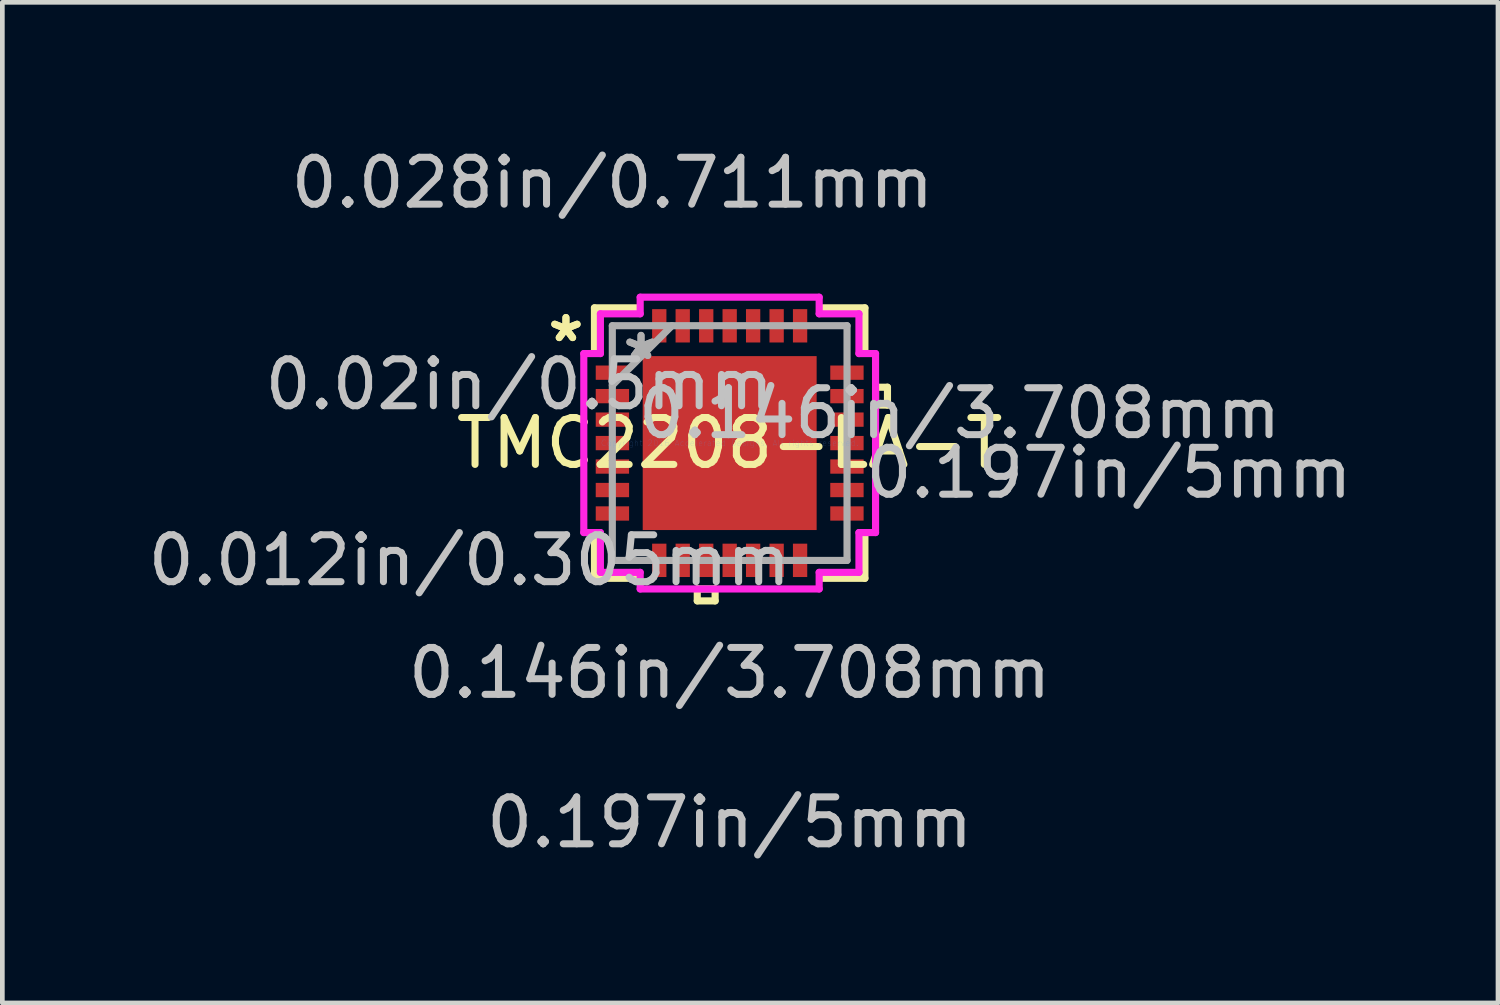
<source format=kicad_pcb>
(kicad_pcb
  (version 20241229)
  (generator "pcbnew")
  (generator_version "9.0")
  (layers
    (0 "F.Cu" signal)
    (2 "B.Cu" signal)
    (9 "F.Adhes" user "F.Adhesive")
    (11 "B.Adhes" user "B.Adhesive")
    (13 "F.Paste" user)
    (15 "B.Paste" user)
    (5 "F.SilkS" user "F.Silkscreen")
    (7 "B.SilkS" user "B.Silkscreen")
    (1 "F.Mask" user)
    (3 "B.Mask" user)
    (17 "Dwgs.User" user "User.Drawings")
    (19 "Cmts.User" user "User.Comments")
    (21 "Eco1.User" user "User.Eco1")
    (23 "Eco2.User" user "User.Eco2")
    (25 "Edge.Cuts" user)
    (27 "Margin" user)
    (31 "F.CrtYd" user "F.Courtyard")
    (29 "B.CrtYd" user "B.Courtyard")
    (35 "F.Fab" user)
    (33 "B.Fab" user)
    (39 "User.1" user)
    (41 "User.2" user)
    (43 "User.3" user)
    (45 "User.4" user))
  (footprint "TMC2208-LA-T"
    (layer "F.Cu")
    (at 12.506 6.396)
    (property "Reference" "TMC2208-LA-T" (at 0 0 0) (layer "F.SilkS") (effects (font (size 1 1) (thickness 0.15))))
    (attr through_hole)
    (fp_line (start -2.883 -2.883) (end -2.883 -1.985) (stroke (width 0.152) (type solid)) (layer "F.SilkS"))
    (fp_line (start -2.883 1.985) (end -2.883 2.883) (stroke (width 0.152) (type solid)) (layer "F.SilkS"))
    (fp_line (start -2.883 2.883) (end -1.985 2.883) (stroke (width 0.152) (type solid)) (layer "F.SilkS"))
    (fp_line (start -1.985 -2.883) (end -2.883 -2.883) (stroke (width 0.152) (type solid)) (layer "F.SilkS"))
    (fp_line (start -0.691 3.11) (end -0.691 3.364) (stroke (width 0.152) (type solid)) (layer "F.SilkS"))
    (fp_line (start -0.691 3.364) (end -0.31 3.364) (stroke (width 0.152) (type solid)) (layer "F.SilkS"))
    (fp_line (start -0.31 3.11) (end -0.691 3.11) (stroke (width 0.152) (type solid)) (layer "F.SilkS"))
    (fp_line (start -0.31 3.364) (end -0.31 3.11) (stroke (width 0.152) (type solid)) (layer "F.SilkS"))
    (fp_line (start 1.985 2.883) (end 2.883 2.883) (stroke (width 0.152) (type solid)) (layer "F.SilkS"))
    (fp_line (start 2.883 -2.883) (end 1.985 -2.883) (stroke (width 0.152) (type solid)) (layer "F.SilkS"))
    (fp_line (start 2.883 -1.985) (end 2.883 -2.883) (stroke (width 0.152) (type solid)) (layer "F.SilkS"))
    (fp_line (start 2.883 2.883) (end 2.883 1.985) (stroke (width 0.152) (type solid)) (layer "F.SilkS"))
    (fp_line (start 3.11 -1.191) (end 3.364 -1.191) (stroke (width 0.152) (type solid)) (layer "F.SilkS"))
    (fp_line (start 3.11 -0.81) (end 3.11 -1.191) (stroke (width 0.152) (type solid)) (layer "F.SilkS"))
    (fp_line (start 3.364 -1.191) (end 3.364 -0.81) (stroke (width 0.152) (type solid)) (layer "F.SilkS"))
    (fp_line (start 3.364 -0.81) (end 3.11 -0.81) (stroke (width 0.152) (type solid)) (layer "F.SilkS"))
    (fp_line (start -1.754 -1.754) (end -1.754 -0.1) (stroke (width 0.152) (type solid)) (layer "F.Paste"))
    (fp_line (start -1.754 -0.1) (end -0.1 -0.1) (stroke (width 0.152) (type solid)) (layer "F.Paste"))
    (fp_line (start -1.754 0.1) (end -1.754 1.754) (stroke (width 0.152) (type solid)) (layer "F.Paste"))
    (fp_line (start -1.754 1.754) (end -0.1 1.754) (stroke (width 0.152) (type solid)) (layer "F.Paste"))
    (fp_line (start -0.1 -1.754) (end -1.754 -1.754) (stroke (width 0.152) (type solid)) (layer "F.Paste"))
    (fp_line (start -0.1 -0.1) (end -0.1 -1.754) (stroke (width 0.152) (type solid)) (layer "F.Paste"))
    (fp_line (start -0.1 0.1) (end -1.754 0.1) (stroke (width 0.152) (type solid)) (layer "F.Paste"))
    (fp_line (start -0.1 1.754) (end -0.1 0.1) (stroke (width 0.152) (type solid)) (layer "F.Paste"))
    (fp_line (start 0.1 -1.754) (end 0.1 -0.1) (stroke (width 0.152) (type solid)) (layer "F.Paste"))
    (fp_line (start 0.1 -0.1) (end 1.754 -0.1) (stroke (width 0.152) (type solid)) (layer "F.Paste"))
    (fp_line (start 0.1 0.1) (end 0.1 1.754) (stroke (width 0.152) (type solid)) (layer "F.Paste"))
    (fp_line (start 0.1 1.754) (end 1.754 1.754) (stroke (width 0.152) (type solid)) (layer "F.Paste"))
    (fp_line (start 1.754 -1.754) (end 0.1 -1.754) (stroke (width 0.152) (type solid)) (layer "F.Paste"))
    (fp_line (start 1.754 -0.1) (end 1.754 -1.754) (stroke (width 0.152) (type solid)) (layer "F.Paste"))
    (fp_line (start 1.754 0.1) (end 0.1 0.1) (stroke (width 0.152) (type solid)) (layer "F.Paste"))
    (fp_line (start 1.754 1.754) (end 1.754 0.1) (stroke (width 0.152) (type solid)) (layer "F.Paste"))
    (fp_line (start -3.11 -1.908) (end -2.756 -1.908) (stroke (width 0.152) (type solid)) (layer "F.CrtYd"))
    (fp_line (start -3.11 1.908) (end -3.11 -1.908) (stroke (width 0.152) (type solid)) (layer "F.CrtYd"))
    (fp_line (start -2.756 -2.756) (end -1.908 -2.756) (stroke (width 0.152) (type solid)) (layer "F.CrtYd"))
    (fp_line (start -2.756 -1.908) (end -2.756 -2.756) (stroke (width 0.152) (type solid)) (layer "F.CrtYd"))
    (fp_line (start -2.756 1.908) (end -3.11 1.908) (stroke (width 0.152) (type solid)) (layer "F.CrtYd"))
    (fp_line (start -2.756 2.756) (end -2.756 1.908) (stroke (width 0.152) (type solid)) (layer "F.CrtYd"))
    (fp_line (start -1.908 -3.11) (end 1.908 -3.11) (stroke (width 0.152) (type solid)) (layer "F.CrtYd"))
    (fp_line (start -1.908 -2.756) (end -1.908 -3.11) (stroke (width 0.152) (type solid)) (layer "F.CrtYd"))
    (fp_line (start -1.908 2.756) (end -2.756 2.756) (stroke (width 0.152) (type solid)) (layer "F.CrtYd"))
    (fp_line (start -1.908 3.11) (end -1.908 2.756) (stroke (width 0.152) (type solid)) (layer "F.CrtYd"))
    (fp_line (start 1.908 -3.11) (end 1.908 -2.756) (stroke (width 0.152) (type solid)) (layer "F.CrtYd"))
    (fp_line (start 1.908 -2.756) (end 2.756 -2.756) (stroke (width 0.152) (type solid)) (layer "F.CrtYd"))
    (fp_line (start 1.908 2.756) (end 1.908 3.11) (stroke (width 0.152) (type solid)) (layer "F.CrtYd"))
    (fp_line (start 1.908 3.11) (end -1.908 3.11) (stroke (width 0.152) (type solid)) (layer "F.CrtYd"))
    (fp_line (start 2.756 -2.756) (end 2.756 -1.908) (stroke (width 0.152) (type solid)) (layer "F.CrtYd"))
    (fp_line (start 2.756 -1.908) (end 3.11 -1.908) (stroke (width 0.152) (type solid)) (layer "F.CrtYd"))
    (fp_line (start 2.756 1.908) (end 2.756 2.756) (stroke (width 0.152) (type solid)) (layer "F.CrtYd"))
    (fp_line (start 2.756 2.756) (end 1.908 2.756) (stroke (width 0.152) (type solid)) (layer "F.CrtYd"))
    (fp_line (start 3.11 -1.908) (end 3.11 1.908) (stroke (width 0.152) (type solid)) (layer "F.CrtYd"))
    (fp_line (start 3.11 1.908) (end 2.756 1.908) (stroke (width 0.152) (type solid)) (layer "F.CrtYd"))
    (fp_line (start -2.502 -2.502) (end -2.502 2.502) (stroke (width 0.152) (type solid)) (layer "F.Fab"))
    (fp_line (start -2.502 -1.232) (end -1.232 -2.502) (stroke (width 0.152) (type solid)) (layer "F.Fab"))
    (fp_line (start -2.502 2.502) (end 2.502 2.502) (stroke (width 0.152) (type solid)) (layer "F.Fab"))
    (fp_line (start 2.502 -2.502) (end -2.502 -2.502) (stroke (width 0.152) (type solid)) (layer "F.Fab"))
    (fp_line (start 2.502 2.502) (end 2.502 -2.502) (stroke (width 0.152) (type solid)) (layer "F.Fab"))
    (fp_text user "*" (at -3.491 -2.132 0) (layer "F.SilkS") (effects (font (size 1 1) (thickness 0.15))))
    (fp_text user "*" (at -3.491 -2.132 0) (layer "F.SilkS") (effects (font (size 1 1) (thickness 0.15))))
    (fp_text user "0.197in/5mm" (at 8.088 0.635 0) (layer "Dwgs.User") (effects (font (size 1 1) (thickness 0.15))))
    (fp_text user "0.197in/5mm" (at 0 8.088 0) (layer "Dwgs.User") (effects (font (size 1 1) (thickness 0.15))))
    (fp_text user "0.02in/0.5mm" (at -4.484 -1.251 0) (layer "Dwgs.User") (effects (font (size 1 1) (thickness 0.15))))
    (fp_text user "0.028in/0.711mm" (at -2.5 -5.548 0) (layer "Dwgs.User") (effects (font (size 1 1) (thickness 0.15))))
    (fp_text user "0.146in/3.708mm" (at 0 4.902 0) (layer "Dwgs.User") (effects (font (size 1 1) (thickness 0.15))))
    (fp_text user "0.146in/3.708mm" (at 4.902 -0.635 0) (layer "Dwgs.User") (effects (font (size 1 1) (thickness 0.15))))
    (fp_text user "0.012in/0.305mm" (at -5.548 2.5 0) (layer "Dwgs.User") (effects (font (size 1 1) (thickness 0.15))))
    (fp_text user "Copyright 2016 Accelerated Designs. All rights reserved." (at 0 0 0) (layer "Cmts.User") (effects (font (size 0.127 0.127) (thickness 0.002))))
    (fp_text user "*" (at -1.89 -1.751 0) (layer "F.Fab") (effects (font (size 1 1) (thickness 0.15))))
    (fp_text user "*" (at -1.89 -1.751 0) (layer "F.Fab") (effects (font (size 1 1) (thickness 0.15))))
    (pad "1" smd rect (at -2.5 -1.501 90) (size 0.305 0.711) (layers "F.Cu" "F.Mask" "F.Paste"))
    (pad "2" smd rect (at -2.5 -1.001 90) (size 0.305 0.711) (layers "F.Cu" "F.Mask" "F.Paste"))
    (pad "3" smd rect (at -2.5 -0.5 90) (size 0.305 0.711) (layers "F.Cu" "F.Mask" "F.Paste"))
    (pad "4" smd rect (at -2.5 0 90) (size 0.305 0.711) (layers "F.Cu" "F.Mask" "F.Paste"))
    (pad "5" smd rect (at -2.5 0.5 90) (size 0.305 0.711) (layers "F.Cu" "F.Mask" "F.Paste"))
    (pad "6" smd rect (at -2.5 1.001 90) (size 0.305 0.711) (layers "F.Cu" "F.Mask" "F.Paste"))
    (pad "7" smd rect (at -2.5 1.501 90) (size 0.305 0.711) (layers "F.Cu" "F.Mask" "F.Paste"))
    (pad "8" smd rect (at -1.501 2.5) (size 0.305 0.711) (layers "F.Cu" "F.Mask" "F.Paste"))
    (pad "9" smd rect (at -1.001 2.5) (size 0.305 0.711) (layers "F.Cu" "F.Mask" "F.Paste"))
    (pad "10" smd rect (at -0.5 2.5) (size 0.305 0.711) (layers "F.Cu" "F.Mask" "F.Paste"))
    (pad "11" smd rect (at 0 2.5) (size 0.305 0.711) (layers "F.Cu" "F.Mask" "F.Paste"))
    (pad "12" smd rect (at 0.5 2.5) (size 0.305 0.711) (layers "F.Cu" "F.Mask" "F.Paste"))
    (pad "13" smd rect (at 1.001 2.5) (size 0.305 0.711) (layers "F.Cu" "F.Mask" "F.Paste"))
    (pad "14" smd rect (at 1.501 2.5) (size 0.305 0.711) (layers "F.Cu" "F.Mask" "F.Paste"))
    (pad "15" smd rect (at 2.5 1.501 90) (size 0.305 0.711) (layers "F.Cu" "F.Mask" "F.Paste"))
    (pad "16" smd rect (at 2.5 1.001 90) (size 0.305 0.711) (layers "F.Cu" "F.Mask" "F.Paste"))
    (pad "17" smd rect (at 2.5 0.5 90) (size 0.305 0.711) (layers "F.Cu" "F.Mask" "F.Paste"))
    (pad "18" smd rect (at 2.5 0 90) (size 0.305 0.711) (layers "F.Cu" "F.Mask" "F.Paste"))
    (pad "19" smd rect (at 2.5 -0.5 90) (size 0.305 0.711) (layers "F.Cu" "F.Mask" "F.Paste"))
    (pad "20" smd rect (at 2.5 -1.001 90) (size 0.305 0.711) (layers "F.Cu" "F.Mask" "F.Paste"))
    (pad "21" smd rect (at 2.5 -1.501 90) (size 0.305 0.711) (layers "F.Cu" "F.Mask" "F.Paste"))
    (pad "22" smd rect (at 1.501 -2.5) (size 0.305 0.711) (layers "F.Cu" "F.Mask" "F.Paste"))
    (pad "23" smd rect (at 1.001 -2.5) (size 0.305 0.711) (layers "F.Cu" "F.Mask" "F.Paste"))
    (pad "24" smd rect (at 0.5 -2.5) (size 0.305 0.711) (layers "F.Cu" "F.Mask" "F.Paste"))
    (pad "25" smd rect (at 0 -2.5) (size 0.305 0.711) (layers "F.Cu" "F.Mask" "F.Paste"))
    (pad "26" smd rect (at -0.5 -2.5) (size 0.305 0.711) (layers "F.Cu" "F.Mask" "F.Paste"))
    (pad "27" smd rect (at -1.001 -2.5) (size 0.305 0.711) (layers "F.Cu" "F.Mask" "F.Paste"))
    (pad "28" smd rect (at -1.501 -2.5) (size 0.305 0.711) (layers "F.Cu" "F.Mask" "F.Paste"))
    (pad "29" smd rect (at 0 0) (size 3.708 3.708) (layers "F.Cu" "F.Mask" "F.Paste")))
  (gr_rect
    (start -3 -3)
    (end 28.886 18.332)
    (stroke (width 0.1) (type default))
    (fill no)
    (layer "Edge.Cuts")))
</source>
